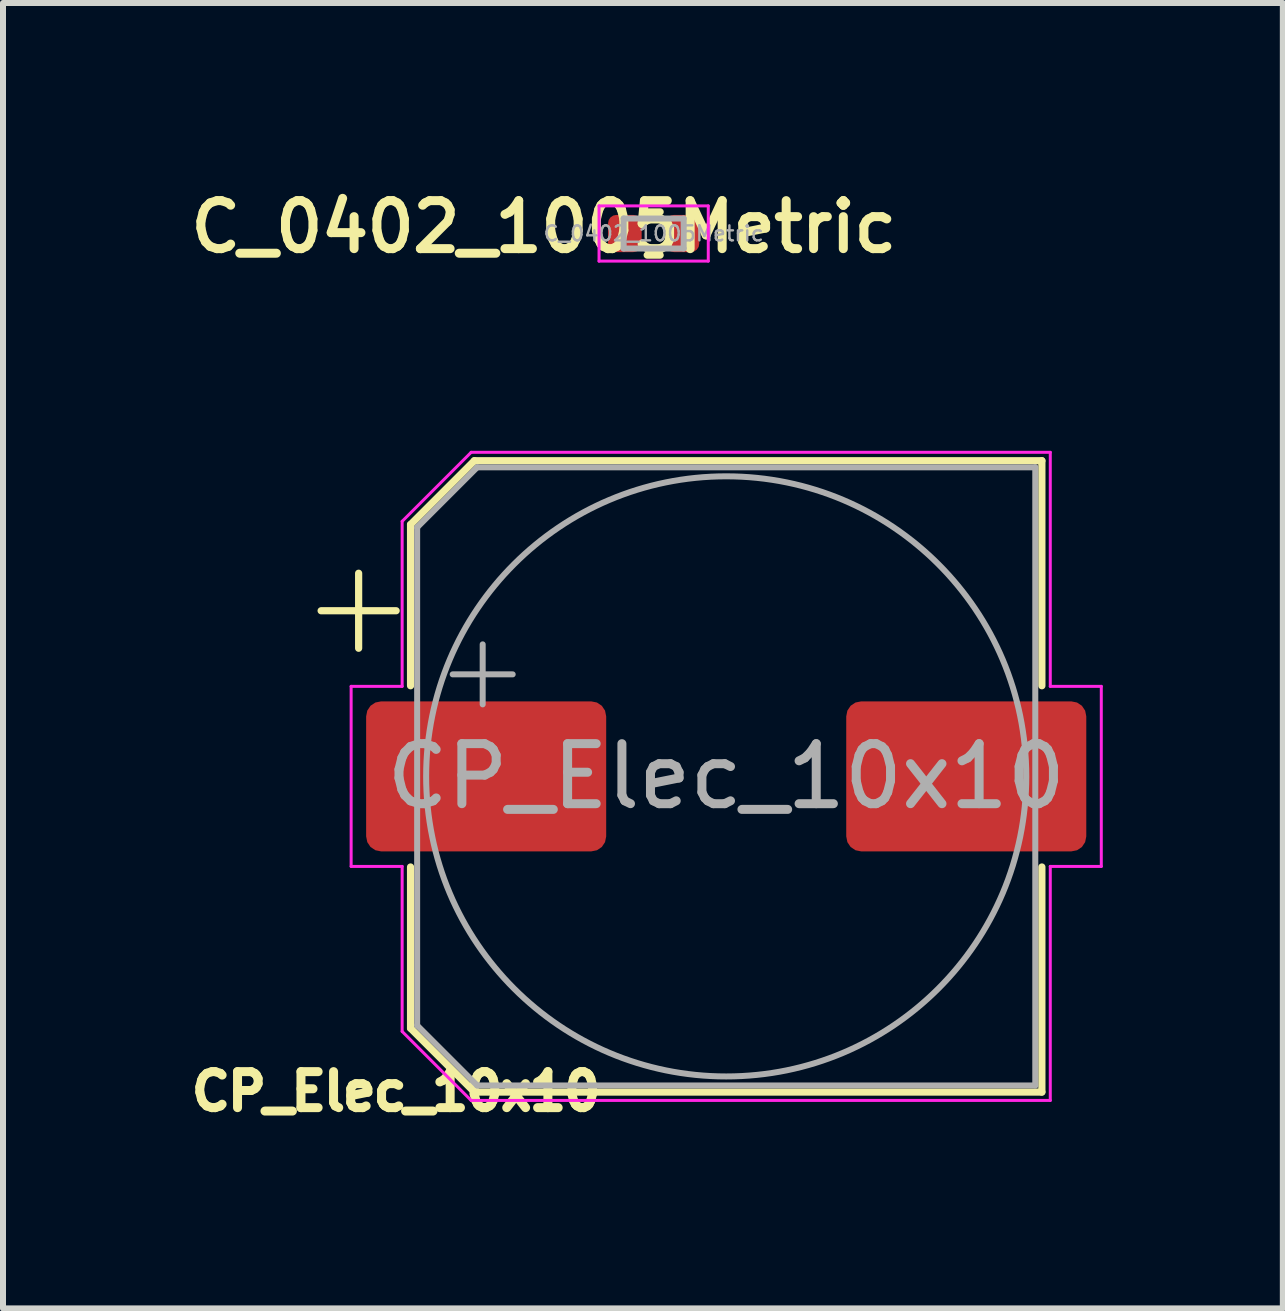
<source format=kicad_pcb>
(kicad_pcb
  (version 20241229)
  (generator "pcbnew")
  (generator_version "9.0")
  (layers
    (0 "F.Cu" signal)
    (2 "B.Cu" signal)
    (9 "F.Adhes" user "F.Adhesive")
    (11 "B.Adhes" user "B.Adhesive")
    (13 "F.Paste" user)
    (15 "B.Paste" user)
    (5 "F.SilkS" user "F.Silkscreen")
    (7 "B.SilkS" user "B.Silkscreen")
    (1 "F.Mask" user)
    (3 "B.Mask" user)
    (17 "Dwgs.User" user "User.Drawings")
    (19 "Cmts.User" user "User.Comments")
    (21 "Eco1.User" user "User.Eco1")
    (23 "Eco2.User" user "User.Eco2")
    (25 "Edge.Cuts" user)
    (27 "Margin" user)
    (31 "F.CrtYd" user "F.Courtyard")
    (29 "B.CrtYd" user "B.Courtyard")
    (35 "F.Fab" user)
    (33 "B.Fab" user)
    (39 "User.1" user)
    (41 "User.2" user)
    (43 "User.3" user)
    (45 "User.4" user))
  (footprint "C_0402_1005Metric"
    (layer "F.Cu")
    (at 7.842 0.841)
    (property "Reference" "C_0402_1005Metric" (at -1.83 -0.11 180) (layer "F.SilkS") (effects (font (size 0.8 0.8) (thickness 0.15))))
    (attr smd)
    (fp_line (start -0.108 -0.36) (end 0.108 -0.36) (stroke (width 0.12) (type solid)) (layer "F.SilkS"))
    (fp_line (start -0.108 0.36) (end 0.108 0.36) (stroke (width 0.12) (type solid)) (layer "F.SilkS"))
    (fp_line (start -0.91 -0.46) (end 0.91 -0.46) (stroke (width 0.05) (type solid)) (layer "F.CrtYd"))
    (fp_line (start -0.91 0.46) (end -0.91 -0.46) (stroke (width 0.05) (type solid)) (layer "F.CrtYd"))
    (fp_line (start 0.91 -0.46) (end 0.91 0.46) (stroke (width 0.05) (type solid)) (layer "F.CrtYd"))
    (fp_line (start 0.91 0.46) (end -0.91 0.46) (stroke (width 0.05) (type solid)) (layer "F.CrtYd"))
    (fp_line (start -0.5 -0.25) (end 0.5 -0.25) (stroke (width 0.1) (type solid)) (layer "F.Fab"))
    (fp_line (start -0.5 0.25) (end -0.5 -0.25) (stroke (width 0.1) (type solid)) (layer "F.Fab"))
    (fp_line (start 0.5 -0.25) (end 0.5 0.25) (stroke (width 0.1) (type solid)) (layer "F.Fab"))
    (fp_line (start 0.5 0.25) (end -0.5 0.25) (stroke (width 0.1) (type solid)) (layer "F.Fab"))
    (fp_text user "${REFERENCE}" (at 0 0 180) (layer "F.Fab") (effects (font (size 0.25 0.25) (thickness 0.04))))
    (pad "1" smd roundrect (at -0.48 0) (size 0.56 0.62) (layers "F.Cu" "F.Mask" "F.Paste") (roundrect_rratio 0.25))
    (pad "2" smd roundrect (at 0.48 0) (size 0.56 0.62) (layers "F.Cu" "F.Mask" "F.Paste") (roundrect_rratio 0.25)))
  (footprint "CP_Elec_10x10"
    (layer "F.Cu")
    (at 9.051 9.887)
    (property "Reference" "CP_Elec_10x10" (at -5.5 5.25 0) (layer "F.SilkS") (effects (font (size 0.6 0.6) (thickness 0.15))))
    (attr smd)
    (fp_line (start -6.75 -2.76) (end -5.5 -2.76) (stroke (width 0.12) (type solid)) (layer "F.SilkS"))
    (fp_line (start -6.125 -3.385) (end -6.125 -2.135) (stroke (width 0.12) (type solid)) (layer "F.SilkS"))
    (fp_line (start -5.26 -4.196) (end -5.26 -1.51) (stroke (width 0.12) (type solid)) (layer "F.SilkS"))
    (fp_line (start -5.26 -4.196) (end -4.196 -5.26) (stroke (width 0.12) (type solid)) (layer "F.SilkS"))
    (fp_line (start -5.26 4.196) (end -5.26 1.51) (stroke (width 0.12) (type solid)) (layer "F.SilkS"))
    (fp_line (start -5.26 4.196) (end -4.196 5.26) (stroke (width 0.12) (type solid)) (layer "F.SilkS"))
    (fp_line (start -4.196 -5.26) (end 5.26 -5.26) (stroke (width 0.12) (type solid)) (layer "F.SilkS"))
    (fp_line (start -4.196 5.26) (end 5.26 5.26) (stroke (width 0.12) (type solid)) (layer "F.SilkS"))
    (fp_line (start 5.26 -5.26) (end 5.26 -1.51) (stroke (width 0.12) (type solid)) (layer "F.SilkS"))
    (fp_line (start 5.26 5.26) (end 5.26 1.51) (stroke (width 0.12) (type solid)) (layer "F.SilkS"))
    (fp_line (start -6.25 -1.5) (end -6.25 1.5) (stroke (width 0.05) (type solid)) (layer "F.CrtYd"))
    (fp_line (start -6.25 1.5) (end -5.4 1.5) (stroke (width 0.05) (type solid)) (layer "F.CrtYd"))
    (fp_line (start -5.4 -4.25) (end -5.4 -1.5) (stroke (width 0.05) (type solid)) (layer "F.CrtYd"))
    (fp_line (start -5.4 -4.25) (end -4.25 -5.4) (stroke (width 0.05) (type solid)) (layer "F.CrtYd"))
    (fp_line (start -5.4 -1.5) (end -6.25 -1.5) (stroke (width 0.05) (type solid)) (layer "F.CrtYd"))
    (fp_line (start -5.4 1.5) (end -5.4 4.25) (stroke (width 0.05) (type solid)) (layer "F.CrtYd"))
    (fp_line (start -5.4 4.25) (end -4.25 5.4) (stroke (width 0.05) (type solid)) (layer "F.CrtYd"))
    (fp_line (start -4.25 -5.4) (end 5.4 -5.4) (stroke (width 0.05) (type solid)) (layer "F.CrtYd"))
    (fp_line (start -4.25 5.4) (end 5.4 5.4) (stroke (width 0.05) (type solid)) (layer "F.CrtYd"))
    (fp_line (start 5.4 -5.4) (end 5.4 -1.5) (stroke (width 0.05) (type solid)) (layer "F.CrtYd"))
    (fp_line (start 5.4 -1.5) (end 6.25 -1.5) (stroke (width 0.05) (type solid)) (layer "F.CrtYd"))
    (fp_line (start 5.4 1.5) (end 5.4 5.4) (stroke (width 0.05) (type solid)) (layer "F.CrtYd"))
    (fp_line (start 6.25 -1.5) (end 6.25 1.5) (stroke (width 0.05) (type solid)) (layer "F.CrtYd"))
    (fp_line (start 6.25 1.5) (end 5.4 1.5) (stroke (width 0.05) (type solid)) (layer "F.CrtYd"))
    (fp_line (start -5.15 -4.15) (end -5.15 4.15) (stroke (width 0.1) (type solid)) (layer "F.Fab"))
    (fp_line (start -5.15 -4.15) (end -4.15 -5.15) (stroke (width 0.1) (type solid)) (layer "F.Fab"))
    (fp_line (start -5.15 4.15) (end -4.15 5.15) (stroke (width 0.1) (type solid)) (layer "F.Fab"))
    (fp_line (start -4.558 -1.7) (end -3.558 -1.7) (stroke (width 0.1) (type solid)) (layer "F.Fab"))
    (fp_line (start -4.15 -5.15) (end 5.15 -5.15) (stroke (width 0.1) (type solid)) (layer "F.Fab"))
    (fp_line (start -4.15 5.15) (end 5.15 5.15) (stroke (width 0.1) (type solid)) (layer "F.Fab"))
    (fp_line (start -4.058 -2.2) (end -4.058 -1.2) (stroke (width 0.1) (type solid)) (layer "F.Fab"))
    (fp_line (start 5.15 -5.15) (end 5.15 5.15) (stroke (width 0.1) (type solid)) (layer "F.Fab"))
    (fp_circle (center 0 0) (end 5 0) (stroke (width 0.1) (type solid)) (fill no) (layer "F.Fab"))
    (fp_text user "${REFERENCE}" (at 0 0 0) (layer "F.Fab") (effects (font (size 1 1) (thickness 0.15))))
    (pad "1" smd roundrect (at -4 0) (size 4 2.5) (layers "F.Cu" "F.Mask" "F.Paste") (roundrect_rratio 0.1))
    (pad "2" smd roundrect (at 4 0) (size 4 2.5) (layers "F.Cu" "F.Mask" "F.Paste") (roundrect_rratio 0.1)))
  (gr_rect
    (start -3 -3)
    (end 18.326 18.752)
    (stroke (width 0.1) (type default))
    (fill no)
    (layer "Edge.Cuts")))
</source>
